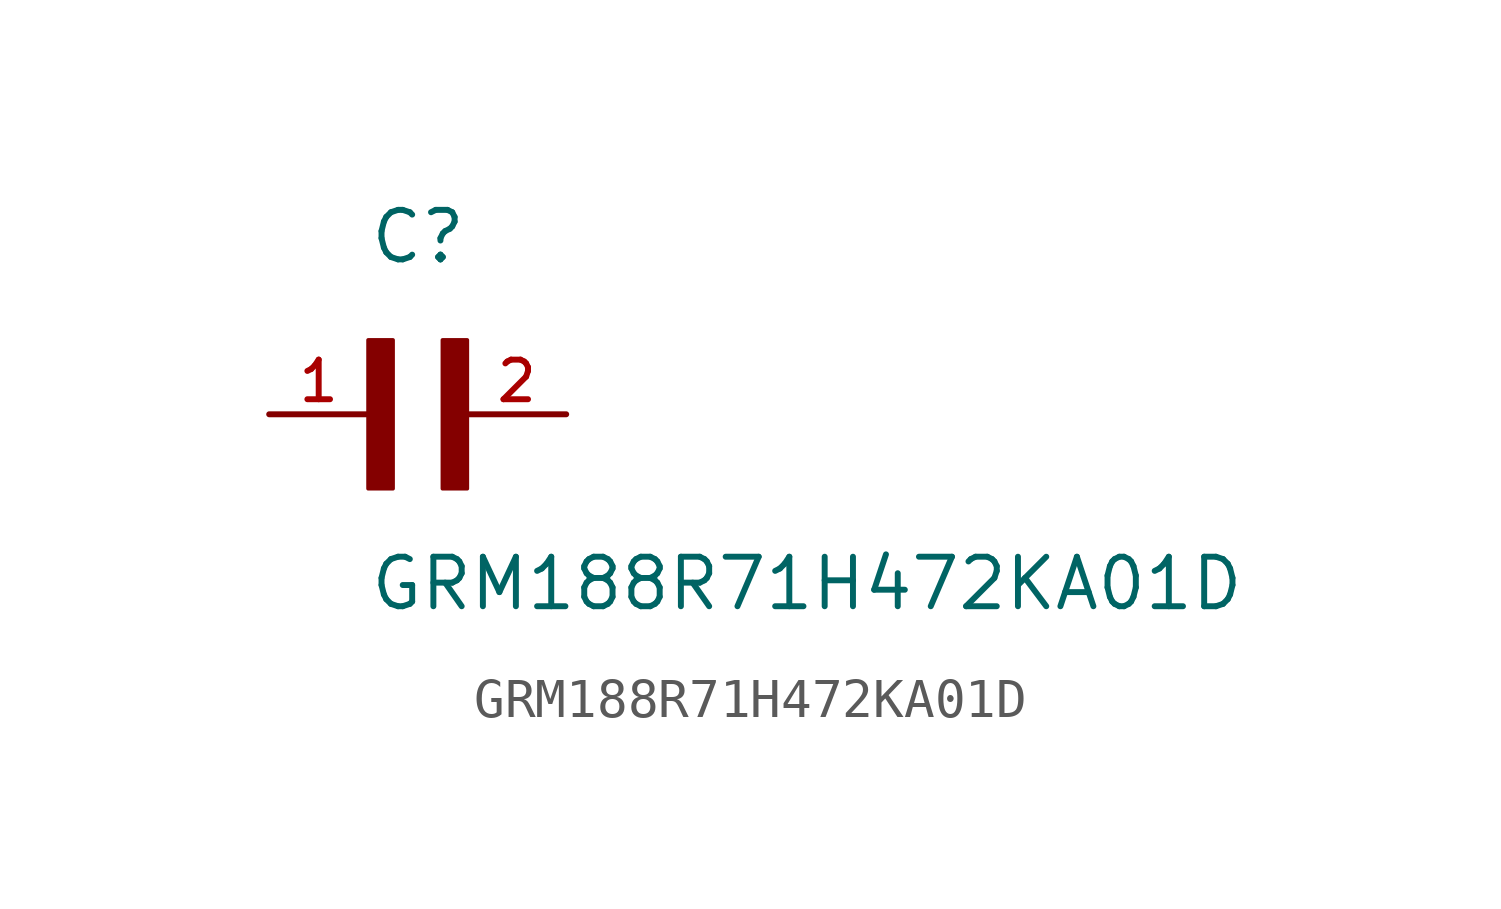
<source format=kicad_sym>
(kicad_symbol_lib
  (version 20211014)
  (generator kicad_symbol_editor)
  (symbol "GRM188R71H472KA01D"
    (pin_names
      (offset 1.016))
    (property "Reference" "C"
      (at 0.0 3.811 0)
      (effects (font (size 1.27 1.27)) (justify bottom left)))
    (property "Value" "GRM188R71H472KA01D"
      (at 0.0 -5.088 0)
      (effects (font (size 1.27 1.27)) (justify bottom left)))
    (symbol "GRM188R71H472KA01D_0_0"
      (rectangle (start 0.0 -1.907) (end 0.635 1.905) (stroke (width 0.1)) (fill (type outline)))
      (rectangle (start 1.907 -1.907) (end 2.54 1.905) (stroke (width 0.1)) (fill (type outline)))
      (pin passive line (at 5.08 0.0 180.0) (length 2.54) (name "~" (effects (font (size 1.016 1.016)))) (number "2" (effects (font (size 1.016 1.016)))))
      (pin passive line (at -2.54 0.0 0) (length 2.54) (name "~" (effects (font (size 1.016 1.016)))) (number "1" (effects (font (size 1.016 1.016))))))))
</source>
